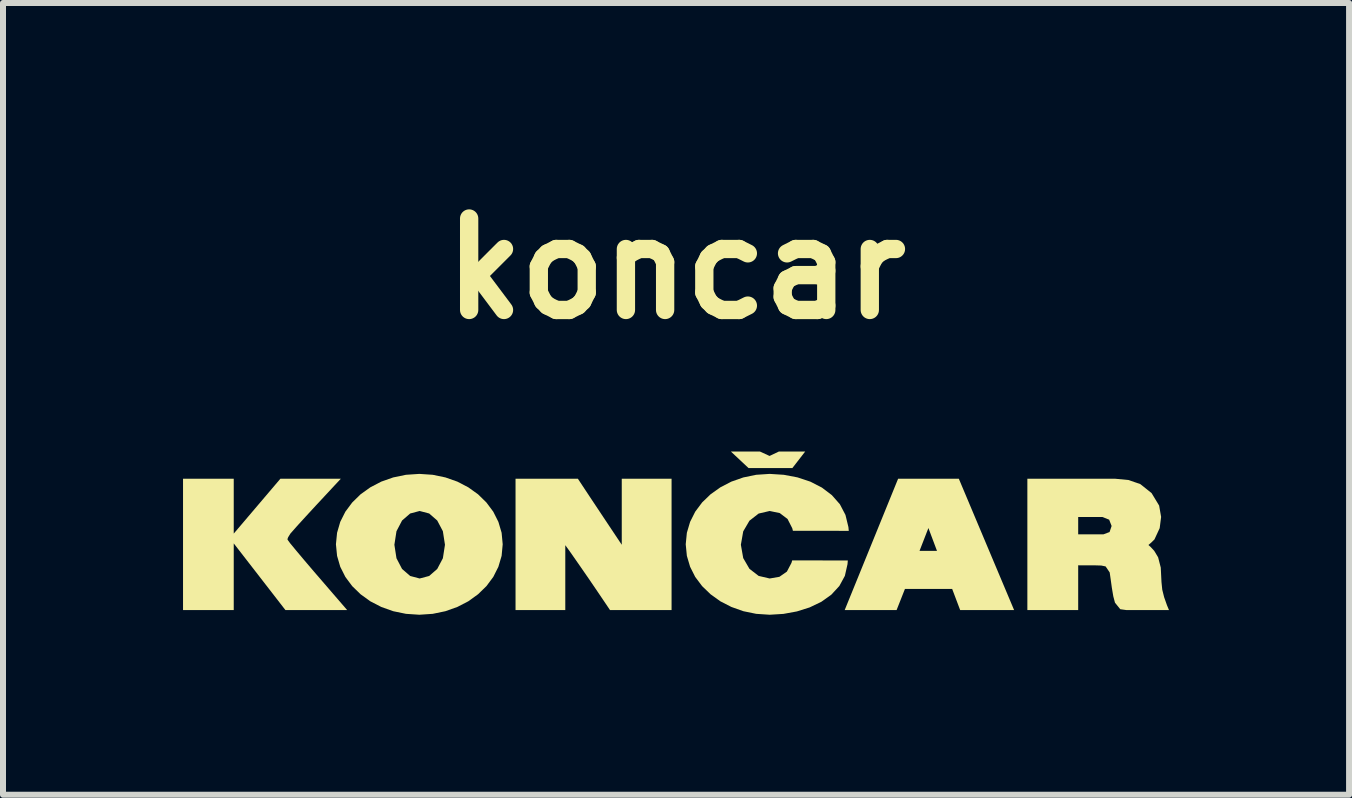
<source format=kicad_pcb>
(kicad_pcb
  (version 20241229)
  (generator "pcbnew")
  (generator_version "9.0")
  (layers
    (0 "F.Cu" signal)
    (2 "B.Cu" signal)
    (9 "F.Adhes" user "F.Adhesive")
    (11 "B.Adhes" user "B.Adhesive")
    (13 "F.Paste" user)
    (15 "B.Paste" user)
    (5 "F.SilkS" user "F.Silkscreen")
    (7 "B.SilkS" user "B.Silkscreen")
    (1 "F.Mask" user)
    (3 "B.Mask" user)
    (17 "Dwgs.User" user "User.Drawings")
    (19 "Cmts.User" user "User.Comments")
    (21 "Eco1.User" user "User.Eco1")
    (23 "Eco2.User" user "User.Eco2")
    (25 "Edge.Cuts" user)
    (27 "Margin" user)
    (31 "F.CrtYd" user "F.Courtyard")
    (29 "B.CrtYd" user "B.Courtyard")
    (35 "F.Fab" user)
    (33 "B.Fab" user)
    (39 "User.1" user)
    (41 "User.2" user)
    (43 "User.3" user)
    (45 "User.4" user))
  (footprint "koncar"
    (layer "F.Cu")
    (at 8.215 5.834)
    (property "Reference" "koncar" (at 0 -4.408 0) (layer "F.SilkS") (effects (font (size 1.524 1.524) (thickness 0.305))))
    (attr smd)
    (fp_poly (pts (xy 1.715 -1.36) (xy 2.153 -1.36) (xy 1.939 -1.084) (xy 1.209 -1.084) (xy 0.914 -1.36) (xy 1.398 -1.36) (xy 1.559 -1.286) (xy 1.715 -1.36)) (stroke (width 0) (type solid)) (fill yes) (layer "F.SilkS"))
    (fp_poly (pts (xy 4.058 0.296) (xy 5.634 1.282) (xy 4.735 1.282) (xy 4.602 0.93) (xy 3.815 0.93) (xy 3.676 1.282) (xy 2.811 1.282) (xy 3.701 -0.906) (xy 4.713 -0.906) (xy 5.634 1.282) (xy 4.058 0.296) (xy 4.349 0.296) (xy 4.206 -0.085) (xy 4.058 0.296)) (stroke (width 0) (type solid)) (fill yes) (layer "F.SilkS"))
    (fp_poly (pts (xy -0.904 -0.906) (xy -0.074 -0.906) (xy -0.074 1.282) (xy -1.1 1.282) (xy -1.176 1.169) (xy -1.303 0.981) (xy -1.459 0.752) (xy -1.623 0.515) (xy -1.771 0.303) (xy -1.845 0.201) (xy -1.845 1.282) (xy -2.674 1.282) (xy -2.674 -0.906) (xy -1.635 -0.906) (xy -1.559 -0.791) (xy -1.432 -0.599) (xy -1.277 -0.366) (xy -1.118 -0.127) (xy -0.978 0.083) (xy -0.904 0.194) (xy -0.904 0.061) (xy -0.904 -0.137) (xy -0.904 -0.362) (xy -0.904 -0.585) (xy -0.904 -0.776) (xy -0.904 -0.906)) (stroke (width 0) (type solid)) (fill yes) (layer "F.SilkS"))
    (fp_poly (pts (xy -8.215 -0.906) (xy -7.37 -0.906) (xy -7.37 0.008) (xy -6.593 -0.906) (xy -5.586 -0.906) (xy -5.696 -0.788) (xy -5.841 -0.632) (xy -6.004 -0.457) (xy -6.167 -0.28) (xy -6.314 -0.119) (xy -6.426 0.008) (xy -6.464 0.07) (xy -6.471 0.089) (xy -6.475 0.104) (xy -6.467 0.118) (xy -6.43 0.169) (xy -6.325 0.296) (xy -6.188 0.459) (xy -6.032 0.642) (xy -5.869 0.831) (xy -5.714 1.011) (xy -5.58 1.166) (xy -5.48 1.282) (xy -6.509 1.282) (xy -7.37 0.171) (xy -7.37 1.282) (xy -8.215 1.282) (xy -8.215 -0.906)) (stroke (width 0) (type solid)) (fill yes) (layer "F.SilkS"))
    (fp_poly (pts (xy 7.123 0.02) (xy 5.855 1.282) (xy 5.855 -0.906) (xy 7.321 -0.906) (xy 7.54 -0.885) (xy 7.737 -0.817) (xy 7.925 -0.667) (xy 8.051 -0.459) (xy 8.084 -0.27) (xy 8.06 -0.083) (xy 7.973 0.105) (xy 7.92 0.157) (xy 7.872 0.198) (xy 7.908 0.229) (xy 7.969 0.295) (xy 8.034 0.403) (xy 8.078 0.574) (xy 8.09 0.815) (xy 8.103 0.943) (xy 8.134 1.067) (xy 8.182 1.203) (xy 8.215 1.282) (xy 7.503 1.282) (xy 7.403 1.268) (xy 7.315 1.159) (xy 7.287 1.053) (xy 7.263 0.911) (xy 7.243 0.766) (xy 7.227 0.655) (xy 7.159 0.555) (xy 7.087 0.54) (xy 6.984 0.537) (xy 6.756 0.537) (xy 6.702 0.536) (xy 6.702 1.282) (xy 5.855 1.282) (xy 7.123 0.02) (xy 7.225 -0.018) (xy 7.259 -0.119) (xy 7.218 -0.224) (xy 7.105 -0.269) (xy 6.702 -0.269) (xy 6.702 0.02) (xy 7.123 0.02)) (stroke (width 0) (type solid)) (fill yes) (layer "F.SilkS"))
    (fp_poly (pts (xy 1.081 0.194) (xy 1.12 0.416) (xy 1.224 0.595) (xy 1.377 0.713) (xy 1.561 0.756) (xy 1.723 0.728) (xy 1.848 0.641) (xy 1.924 0.496) (xy 1.936 0.454) (xy 2.863 0.456) (xy 2.858 0.517) (xy 2.814 0.712) (xy 2.722 0.881) (xy 2.588 1.026) (xy 2.421 1.145) (xy 2.227 1.238) (xy 2.014 1.305) (xy 1.79 1.346) (xy 1.561 1.36) (xy 1.336 1.345) (xy 1.122 1.301) (xy 0.922 1.23) (xy 0.739 1.136) (xy 0.576 1.019) (xy 0.435 0.883) (xy 0.32 0.73) (xy 0.235 0.561) (xy 0.181 0.379) (xy 0.162 0.186) (xy 0.181 -0.006) (xy 0.235 -0.188) (xy 0.32 -0.357) (xy 0.435 -0.511) (xy 0.576 -0.647) (xy 0.739 -0.763) (xy 0.922 -0.858) (xy 1.122 -0.928) (xy 1.336 -0.972) (xy 1.561 -0.987) (xy 1.796 -0.972) (xy 2.024 -0.929) (xy 2.238 -0.858) (xy 2.431 -0.759) (xy 2.597 -0.633) (xy 2.731 -0.481) (xy 2.824 -0.303) (xy 2.873 -0.101) (xy 2.879 -0.038) (xy 1.948 -0.039) (xy 1.937 -0.082) (xy 1.859 -0.235) (xy 1.729 -0.334) (xy 1.561 -0.369) (xy 1.377 -0.326) (xy 1.224 -0.207) (xy 1.12 -0.029) (xy 1.081 0.194)) (stroke (width 0) (type solid)) (fill yes) (layer "F.SilkS"))
    (fp_poly (pts (xy -3.85 0.194) (xy -2.888 0.186) (xy -2.906 0.379) (xy -2.96 0.561) (xy -3.045 0.73) (xy -3.159 0.883) (xy -3.299 1.019) (xy -3.461 1.136) (xy -3.643 1.23) (xy -3.842 1.301) (xy -4.054 1.345) (xy -4.277 1.36) (xy -4.5 1.345) (xy -4.713 1.301) (xy -4.912 1.23) (xy -5.094 1.136) (xy -5.256 1.019) (xy -5.396 0.883) (xy -5.51 0.73) (xy -5.595 0.561) (xy -5.648 0.379) (xy -5.667 0.186) (xy -5.648 -0.006) (xy -5.595 -0.188) (xy -5.51 -0.357) (xy -5.396 -0.51) (xy -5.256 -0.647) (xy -5.094 -0.763) (xy -4.912 -0.858) (xy -4.713 -0.928) (xy -4.5 -0.972) (xy -4.277 -0.987) (xy -4.054 -0.972) (xy -3.842 -0.928) (xy -3.643 -0.858) (xy -3.461 -0.763) (xy -3.299 -0.647) (xy -3.159 -0.51) (xy -3.045 -0.357) (xy -2.96 -0.188) (xy -2.906 -0.006) (xy -2.888 0.186) (xy -3.85 0.194) (xy -3.885 -0.032) (xy -3.979 -0.21) (xy -4.113 -0.327) (xy -4.272 -0.369) (xy -4.43 -0.327) (xy -4.565 -0.21) (xy -4.658 -0.032) (xy -4.693 0.194) (xy -4.658 0.419) (xy -4.565 0.597) (xy -4.43 0.714) (xy -4.272 0.756) (xy -4.113 0.714) (xy -3.979 0.597) (xy -3.885 0.419) (xy -3.85 0.194)) (stroke (width 0) (type solid)) (fill yes) (layer "F.SilkS")))
  (gr_rect
    (start -3 -3)
    (end 19.431 10.194)
    (stroke (width 0.1) (type default))
    (fill no)
    (layer "Edge.Cuts")))
</source>
